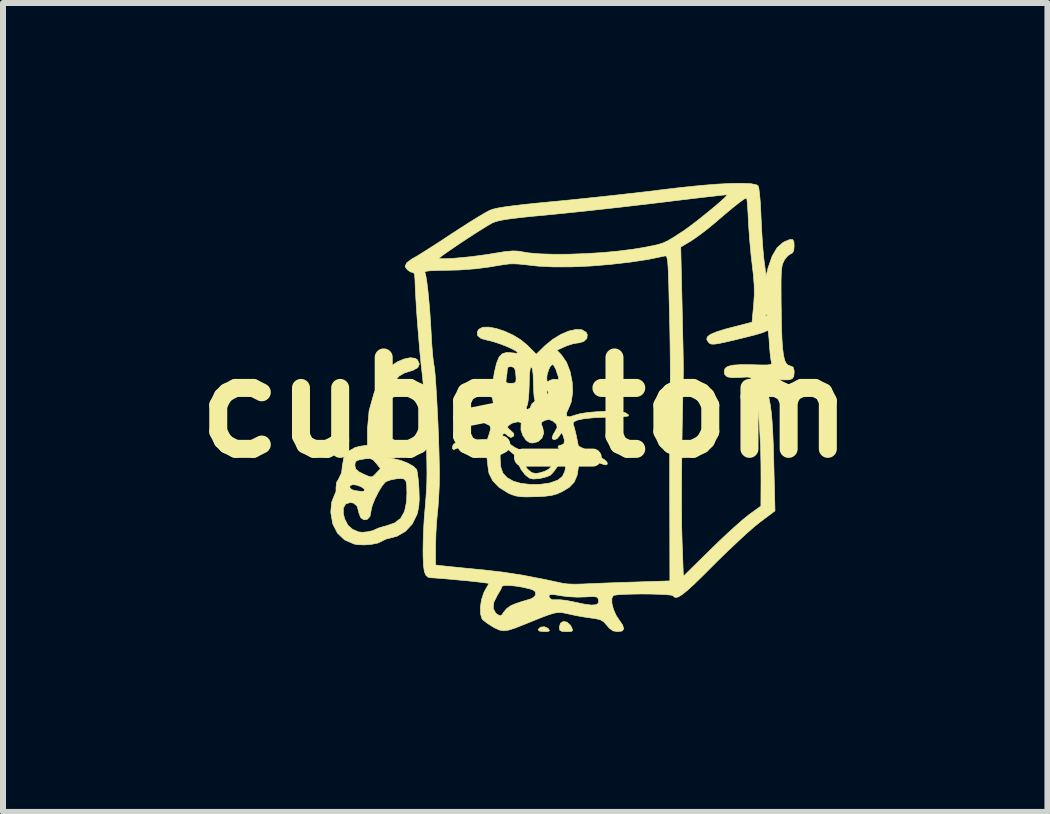
<source format=kicad_pcb>
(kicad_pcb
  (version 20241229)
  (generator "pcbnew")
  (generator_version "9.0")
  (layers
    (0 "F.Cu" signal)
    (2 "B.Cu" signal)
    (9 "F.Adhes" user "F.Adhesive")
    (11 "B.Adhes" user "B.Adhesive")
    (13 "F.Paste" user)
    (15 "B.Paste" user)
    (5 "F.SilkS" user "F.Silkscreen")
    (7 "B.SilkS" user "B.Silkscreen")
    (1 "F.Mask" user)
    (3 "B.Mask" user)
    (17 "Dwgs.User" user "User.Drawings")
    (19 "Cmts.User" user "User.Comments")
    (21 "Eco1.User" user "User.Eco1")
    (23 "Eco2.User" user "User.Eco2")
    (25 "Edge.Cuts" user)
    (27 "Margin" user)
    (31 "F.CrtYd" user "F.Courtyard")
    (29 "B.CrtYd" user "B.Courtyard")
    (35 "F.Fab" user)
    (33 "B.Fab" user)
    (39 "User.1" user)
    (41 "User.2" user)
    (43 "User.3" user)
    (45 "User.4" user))
  (footprint "cube_tom"
    (layer "F.Cu")
    (at 5.704 3.742)
    (property "Reference" "cube_tom" (at 0 0 0) (layer "F.SilkS") (effects (font (size 1.524 1.524) (thickness 0.3))))
    (attr through_hole)
    (fp_poly (pts (xy 0.377 3.679) (xy 0.387 3.689) (xy 0.405 3.719) (xy 0.383 3.732) (xy 0.315 3.735) (xy 0.238 3.727) (xy 0.215 3.703) (xy 0.216 3.698) (xy 0.255 3.661) (xy 0.318 3.654) (xy 0.377 3.679)) (stroke (width 0.01) (type solid)) (fill yes) (layer "F.SilkS"))
    (fp_poly (pts (xy 0.696 3.577) (xy 0.753 3.629) (xy 0.772 3.662) (xy 0.79 3.709) (xy 0.776 3.73) (xy 0.72 3.735) (xy 0.687 3.735) (xy 0.61 3.731) (xy 0.576 3.711) (xy 0.568 3.667) (xy 0.568 3.664) (xy 0.587 3.595) (xy 0.635 3.566) (xy 0.696 3.577)) (stroke (width 0.01) (type solid)) (fill yes) (layer "F.SilkS"))
    (fp_poly (pts (xy -1.832 -0.82) (xy -1.796 -0.795) (xy -1.765 -0.725) (xy -1.79 -0.665) (xy -1.869 -0.621) (xy -1.898 -0.612) (xy -2.018 -0.574) (xy -2.102 -0.524) (xy -2.17 -0.446) (xy -2.233 -0.338) (xy -2.338 -0.099) (xy -2.401 0.14) (xy -2.423 0.369) (xy -2.401 0.578) (xy -2.362 0.698) (xy -2.321 0.782) (xy -2.277 0.827) (xy -2.211 0.849) (xy -2.191 0.853) (xy -2.07 0.883) (xy -1.956 0.928) (xy -1.864 0.98) (xy -1.812 1.03) (xy -1.808 1.037) (xy -1.797 1.09) (xy -1.785 1.185) (xy -1.774 1.307) (xy -1.771 1.363) (xy -1.766 1.525) (xy -1.774 1.648) (xy -1.795 1.753) (xy -1.806 1.787) (xy -1.883 1.942) (xy -1.997 2.065) (xy -2.136 2.145) (xy -2.215 2.167) (xy -2.308 2.189) (xy -2.38 2.221) (xy -2.395 2.231) (xy -2.458 2.26) (xy -2.56 2.28) (xy -2.678 2.29) (xy -2.792 2.286) (xy -2.854 2.275) (xy -3.011 2.206) (xy -3.13 2.093) (xy -3.207 1.942) (xy -3.237 1.772) (xy -3.032 1.772) (xy -3.007 1.862) (xy -2.955 1.962) (xy -2.88 2.029) (xy -2.779 2.073) (xy -2.713 2.08) (xy -2.623 2.071) (xy -2.539 2.052) (xy -2.494 2.031) (xy -2.448 2.01) (xy -2.367 1.985) (xy -2.315 1.972) (xy -2.176 1.924) (xy -2.076 1.847) (xy -2.012 1.733) (xy -1.979 1.577) (xy -1.972 1.429) (xy -1.975 1.305) (xy -1.987 1.23) (xy -2.017 1.192) (xy -2.073 1.183) (xy -2.146 1.188) (xy -2.241 1.206) (xy -2.316 1.233) (xy -2.335 1.246) (xy -2.388 1.31) (xy -2.448 1.41) (xy -2.505 1.524) (xy -2.549 1.632) (xy -2.569 1.715) (xy -2.57 1.726) (xy -2.588 1.816) (xy -2.634 1.865) (xy -2.69 1.872) (xy -2.742 1.836) (xy -2.773 1.754) (xy -2.774 1.745) (xy -2.802 1.645) (xy -2.859 1.594) (xy -2.918 1.584) (xy -2.992 1.607) (xy -3.031 1.673) (xy -3.032 1.772) (xy -3.237 1.772) (xy -3.239 1.758) (xy -3.24 1.731) (xy -3.226 1.579) (xy -3.189 1.485) (xy -3.153 1.397) (xy -3.154 1.336) (xy -3.153 1.334) (xy -2.925 1.334) (xy -2.892 1.368) (xy -2.846 1.383) (xy -2.756 1.396) (xy -2.709 1.399) (xy -2.687 1.391) (xy -2.677 1.379) (xy -2.689 1.351) (xy -2.739 1.319) (xy -2.807 1.294) (xy -2.87 1.285) (xy -2.919 1.3) (xy -2.925 1.334) (xy -3.153 1.334) (xy -3.145 1.25) (xy -3.109 1.189) (xy -3.06 1.086) (xy -3.048 0.972) (xy -2.839 0.972) (xy -2.824 1.026) (xy -2.773 1.071) (xy -2.712 1.102) (xy -2.624 1.142) (xy -2.573 1.157) (xy -2.538 1.148) (xy -2.5 1.112) (xy -2.482 1.092) (xy -2.413 1.019) (xy -2.484 0.929) (xy -2.537 0.87) (xy -2.59 0.85) (xy -2.672 0.855) (xy -2.674 0.856) (xy -2.768 0.872) (xy -2.818 0.893) (xy -2.836 0.927) (xy -2.839 0.972) (xy -3.048 0.972) (xy -3.048 0.972) (xy -3.023 0.834) (xy -2.949 0.731) (xy -2.831 0.665) (xy -2.756 0.647) (xy -2.63 0.627) (xy -2.63 0.364) (xy -2.602 0.053) (xy -2.52 -0.24) (xy -2.386 -0.508) (xy -2.32 -0.606) (xy -2.237 -0.691) (xy -2.133 -0.76) (xy -2.021 -0.808) (xy -1.916 -0.83) (xy -1.832 -0.82)) (stroke (width 0.01) (type solid)) (fill yes) (layer "F.SilkS"))
    (fp_poly (pts (xy -0.483 -1.317) (xy -0.343 -1.271) (xy -0.202 -1.206) (xy -0.071 -1.126) (xy 0.037 -1.036) (xy 0.039 -1.034) (xy 0.184 -0.888) (xy 0.323 -1.024) (xy 0.454 -1.133) (xy 0.591 -1.217) (xy 0.724 -1.274) (xy 0.845 -1.301) (xy 0.944 -1.296) (xy 1.012 -1.256) (xy 1.034 -1.217) (xy 1.028 -1.151) (xy 0.975 -1.1) (xy 0.887 -1.076) (xy 0.868 -1.075) (xy 0.795 -1.062) (xy 0.699 -1.031) (xy 0.66 -1.015) (xy 0.528 -0.955) (xy 0.607 -0.873) (xy 0.689 -0.752) (xy 0.749 -0.595) (xy 0.783 -0.421) (xy 0.79 -0.247) (xy 0.766 -0.09) (xy 0.727 0.005) (xy 0.687 0.094) (xy 0.693 0.144) (xy 0.743 0.155) (xy 0.832 0.127) (xy 0.916 0.103) (xy 1.038 0.084) (xy 1.182 0.071) (xy 1.332 0.063) (xy 1.473 0.063) (xy 1.588 0.07) (xy 1.663 0.085) (xy 1.671 0.088) (xy 1.716 0.12) (xy 1.722 0.14) (xy 1.688 0.147) (xy 1.606 0.153) (xy 1.488 0.159) (xy 1.347 0.162) (xy 1.339 0.162) (xy 1.135 0.171) (xy 0.975 0.188) (xy 0.863 0.212) (xy 0.803 0.243) (xy 0.799 0.279) (xy 0.816 0.326) (xy 0.838 0.411) (xy 0.853 0.478) (xy 0.886 0.642) (xy 1.102 0.751) (xy 1.233 0.818) (xy 1.316 0.867) (xy 1.359 0.904) (xy 1.369 0.934) (xy 1.362 0.952) (xy 1.326 0.956) (xy 1.247 0.928) (xy 1.154 0.88) (xy 1.058 0.829) (xy 0.98 0.792) (xy 0.937 0.777) (xy 0.935 0.777) (xy 0.918 0.804) (xy 0.901 0.876) (xy 0.889 0.975) (xy 0.865 1.13) (xy 0.817 1.243) (xy 0.734 1.33) (xy 0.611 1.404) (xy 0.527 1.441) (xy 0.439 1.465) (xy 0.331 1.479) (xy 0.183 1.487) (xy 0.164 1.487) (xy 0.02 1.49) (xy -0.082 1.486) (xy -0.161 1.473) (xy -0.233 1.449) (xy -0.285 1.425) (xy -0.433 1.333) (xy -0.542 1.221) (xy -0.603 1.099) (xy -0.61 1.067) (xy -0.62 0.993) (xy -0.632 0.885) (xy -0.637 0.843) (xy -0.418 0.843) (xy -0.408 0.99) (xy -0.372 1.094) (xy -0.301 1.17) (xy -0.198 1.228) (xy -0.074 1.264) (xy 0.083 1.282) (xy 0.249 1.281) (xy 0.4 1.26) (xy 0.423 1.254) (xy 0.544 1.21) (xy 0.62 1.149) (xy 0.662 1.058) (xy 0.681 0.923) (xy 0.681 0.918) (xy 0.687 0.813) (xy 0.683 0.753) (xy 0.667 0.725) (xy 0.634 0.714) (xy 0.626 0.712) (xy 0.568 0.691) (xy 0.545 0.659) (xy 0.562 0.633) (xy 0.595 0.628) (xy 0.645 0.606) (xy 0.653 0.543) (xy 0.63 0.464) (xy 0.611 0.424) (xy 0.593 0.434) (xy 0.571 0.471) (xy 0.53 0.519) (xy 0.484 0.538) (xy 0.453 0.522) (xy 0.449 0.501) (xy 0.467 0.449) (xy 0.494 0.405) (xy 0.533 0.331) (xy 0.519 0.274) (xy 0.466 0.229) (xy 0.398 0.199) (xy 0.332 0.212) (xy 0.322 0.216) (xy 0.274 0.245) (xy 0.268 0.28) (xy 0.291 0.333) (xy 0.309 0.426) (xy 0.279 0.509) (xy 0.214 0.569) (xy 0.124 0.592) (xy 0.075 0.586) (xy 0.013 0.544) (xy -0.04 0.465) (xy -0.071 0.375) (xy -0.07 0.305) (xy -0.067 0.255) (xy -0.106 0.24) (xy -0.125 0.239) (xy -0.208 0.257) (xy -0.256 0.284) (xy -0.293 0.317) (xy -0.289 0.343) (xy -0.241 0.385) (xy -0.239 0.386) (xy -0.191 0.433) (xy -0.19 0.468) (xy -0.201 0.482) (xy -0.239 0.501) (xy -0.286 0.474) (xy -0.296 0.466) (xy -0.34 0.431) (xy -0.366 0.44) (xy -0.386 0.474) (xy -0.413 0.532) (xy -0.402 0.561) (xy -0.344 0.579) (xy -0.331 0.582) (xy -0.256 0.61) (xy -0.209 0.643) (xy -0.162 0.673) (xy -0.074 0.712) (xy 0.04 0.753) (xy 0.164 0.791) (xy 0.281 0.82) (xy 0.289 0.822) (xy 0.386 0.826) (xy 0.488 0.812) (xy 0.491 0.811) (xy 0.564 0.798) (xy 0.609 0.804) (xy 0.613 0.807) (xy 0.608 0.847) (xy 0.576 0.916) (xy 0.527 0.997) (xy 0.473 1.072) (xy 0.423 1.125) (xy 0.413 1.132) (xy 0.349 1.157) (xy 0.257 1.18) (xy 0.222 1.185) (xy 0.132 1.192) (xy 0.071 1.177) (xy 0.01 1.13) (xy -0.003 1.118) (xy -0.071 1.03) (xy -0.119 0.926) (xy -0.123 0.912) (xy -0.134 0.889) (xy -0.031 0.889) (xy -0.014 0.948) (xy 0.027 1.014) (xy 0.046 1.035) (xy 0.109 1.086) (xy 0.174 1.099) (xy 0.233 1.091) (xy 0.322 1.065) (xy 0.391 1.028) (xy 0.396 1.024) (xy 0.437 0.98) (xy 0.448 0.958) (xy 0.421 0.944) (xy 0.351 0.924) (xy 0.258 0.904) (xy 0.151 0.882) (xy 0.063 0.862) (xy 0.019 0.849) (xy -0.02 0.851) (xy -0.031 0.889) (xy -0.134 0.889) (xy -0.181 0.787) (xy -0.284 0.702) (xy -0.351 0.675) (xy -0.388 0.667) (xy -0.408 0.679) (xy -0.416 0.725) (xy -0.418 0.816) (xy -0.418 0.843) (xy -0.637 0.843) (xy -0.645 0.768) (xy -0.654 0.668) (xy -0.657 0.631) (xy -0.684 0.623) (xy -0.754 0.624) (xy -0.849 0.631) (xy -0.953 0.643) (xy -1.049 0.657) (xy -1.12 0.673) (xy -1.147 0.684) (xy -1.192 0.702) (xy -1.215 0.68) (xy -1.207 0.635) (xy -1.185 0.604) (xy -1.131 0.576) (xy -1.031 0.556) (xy -0.884 0.544) (xy -0.63 0.531) (xy -0.595 0.426) (xy -0.576 0.351) (xy -0.585 0.311) (xy -0.602 0.295) (xy -0.673 0.26) (xy -0.773 0.219) (xy -0.882 0.183) (xy -0.976 0.157) (xy -1.027 0.149) (xy -1.1 0.138) (xy -1.121 0.105) (xy -1.104 0.073) (xy -1.057 0.058) (xy -0.971 0.065) (xy -0.859 0.091) (xy -0.736 0.132) (xy -0.619 0.184) (xy -0.545 0.219) (xy -0.504 0.226) (xy -0.477 0.207) (xy -0.463 0.19) (xy -0.441 0.142) (xy -0.459 0.094) (xy -0.478 0.069) (xy -0.503 0.015) (xy 0.013 0.015) (xy 0.035 0.03) (xy 0.044 0.03) (xy 0.084 0.006) (xy 0.09 -0.016) (xy 0.114 -0.066) (xy 0.134 -0.079) (xy 0.163 -0.11) (xy 0.159 -0.129) (xy 0.149 -0.172) (xy 0.142 -0.256) (xy 0.361 -0.256) (xy 0.366 -0.218) (xy 0.377 -0.217) (xy 0.384 -0.257) (xy 0.379 -0.275) (xy 0.366 -0.286) (xy 0.361 -0.256) (xy 0.142 -0.256) (xy 0.142 -0.259) (xy 0.137 -0.373) (xy 0.136 -0.414) (xy 0.134 -0.488) (xy 0.359 -0.488) (xy 0.364 -0.436) (xy 0.386 -0.435) (xy 0.403 -0.448) (xy 0.467 -0.472) (xy 0.509 -0.469) (xy 0.553 -0.466) (xy 0.555 -0.499) (xy 0.55 -0.518) (xy 0.511 -0.634) (xy 0.479 -0.698) (xy 0.454 -0.717) (xy 0.421 -0.691) (xy 0.389 -0.627) (xy 0.365 -0.547) (xy 0.359 -0.488) (xy 0.134 -0.488) (xy 0.132 -0.544) (xy 0.121 -0.635) (xy 0.105 -0.677) (xy 0.102 -0.678) (xy 0.085 -0.655) (xy 0.073 -0.573) (xy 0.067 -0.431) (xy 0.067 -0.391) (xy 0.062 -0.257) (xy 0.053 -0.141) (xy 0.04 -0.058) (xy 0.031 -0.032) (xy 0.013 0.015) (xy -0.503 0.015) (xy -0.527 -0.037) (xy -0.55 -0.189) (xy -0.544 -0.38) (xy -0.537 -0.43) (xy -0.322 -0.43) (xy -0.298 -0.407) (xy -0.24 -0.403) (xy -0.183 -0.407) (xy -0.157 -0.427) (xy -0.152 -0.48) (xy -0.156 -0.538) (xy -0.166 -0.623) (xy -0.188 -0.666) (xy -0.23 -0.682) (xy -0.232 -0.682) (xy -0.285 -0.676) (xy -0.299 -0.633) (xy -0.305 -0.56) (xy -0.316 -0.489) (xy -0.322 -0.43) (xy -0.537 -0.43) (xy -0.515 -0.582) (xy -0.478 -0.737) (xy -0.436 -0.84) (xy -0.381 -0.897) (xy -0.307 -0.918) (xy -0.217 -0.911) (xy -0.151 -0.904) (xy -0.12 -0.91) (xy -0.12 -0.911) (xy -0.146 -0.937) (xy -0.214 -0.975) (xy -0.309 -1.018) (xy -0.418 -1.06) (xy -0.523 -1.095) (xy -0.611 -1.118) (xy -0.629 -1.121) (xy -0.736 -1.15) (xy -0.794 -1.198) (xy -0.799 -1.26) (xy -0.773 -1.304) (xy -0.709 -1.338) (xy -0.609 -1.34) (xy -0.483 -1.317)) (stroke (width 0.01) (type solid)) (fill yes) (layer "F.SilkS"))
    (fp_poly (pts (xy 3.764 -3.73) (xy 3.853 -3.712) (xy 3.88 -3.696) (xy 3.894 -3.652) (xy 3.906 -3.557) (xy 3.918 -3.421) (xy 3.927 -3.253) (xy 3.93 -3.18) (xy 3.939 -2.992) (xy 3.95 -2.802) (xy 3.963 -2.628) (xy 3.976 -2.488) (xy 3.981 -2.45) (xy 4.014 -2.196) (xy 4.049 -2.331) (xy 4.115 -2.521) (xy 4.198 -2.663) (xy 4.297 -2.751) (xy 4.314 -2.76) (xy 4.405 -2.798) (xy 4.456 -2.801) (xy 4.478 -2.763) (xy 4.482 -2.693) (xy 4.475 -2.611) (xy 4.447 -2.571) (xy 4.425 -2.562) (xy 4.374 -2.527) (xy 4.321 -2.461) (xy 4.313 -2.446) (xy 4.296 -2.409) (xy 4.282 -2.366) (xy 4.273 -2.307) (xy 4.267 -2.226) (xy 4.264 -2.113) (xy 4.264 -1.962) (xy 4.265 -1.763) (xy 4.267 -1.637) (xy 4.271 -1.372) (xy 4.278 -1.16) (xy 4.289 -0.996) (xy 4.304 -0.874) (xy 4.324 -0.789) (xy 4.35 -0.734) (xy 4.384 -0.703) (xy 4.418 -0.693) (xy 4.464 -0.673) (xy 4.481 -0.619) (xy 4.482 -0.584) (xy 4.476 -0.518) (xy 4.449 -0.479) (xy 4.391 -0.461) (xy 4.291 -0.461) (xy 4.199 -0.469) (xy 4.099 -0.474) (xy 4.029 -0.471) (xy 4.005 -0.46) (xy 4.011 -0.421) (xy 4.026 -0.337) (xy 4.049 -0.224) (xy 4.064 -0.149) (xy 4.085 -0.039) (xy 4.101 0.083) (xy 4.114 0.225) (xy 4.125 0.399) (xy 4.134 0.611) (xy 4.142 0.873) (xy 4.143 0.929) (xy 4.163 1.723) (xy 3.912 1.911) (xy 3.818 1.987) (xy 3.692 2.097) (xy 3.545 2.233) (xy 3.384 2.385) (xy 3.22 2.544) (xy 3.131 2.633) (xy 2.952 2.812) (xy 2.81 2.95) (xy 2.699 3.051) (xy 2.615 3.118) (xy 2.553 3.156) (xy 2.509 3.167) (xy 2.479 3.155) (xy 2.465 3.138) (xy 2.43 3.127) (xy 2.348 3.119) (xy 2.23 3.113) (xy 2.09 3.109) (xy 1.94 3.108) (xy 1.792 3.11) (xy 1.658 3.114) (xy 1.551 3.12) (xy 1.483 3.129) (xy 1.468 3.134) (xy 1.443 3.183) (xy 1.445 3.265) (xy 1.471 3.366) (xy 1.516 3.467) (xy 1.558 3.53) (xy 1.624 3.627) (xy 1.642 3.691) (xy 1.612 3.726) (xy 1.542 3.735) (xy 1.464 3.723) (xy 1.4 3.677) (xy 1.363 3.633) (xy 1.309 3.572) (xy 1.251 3.537) (xy 1.166 3.518) (xy 1.113 3.511) (xy 0.988 3.493) (xy 0.842 3.467) (xy 0.74 3.445) (xy 0.667 3.429) (xy 0.607 3.418) (xy 0.55 3.417) (xy 0.487 3.426) (xy 0.408 3.449) (xy 0.303 3.487) (xy 0.162 3.543) (xy -0.025 3.619) (xy -0.03 3.621) (xy -0.175 3.678) (xy -0.281 3.711) (xy -0.361 3.721) (xy -0.431 3.709) (xy -0.503 3.676) (xy -0.549 3.65) (xy -0.634 3.595) (xy -0.698 3.546) (xy -0.72 3.522) (xy -0.745 3.44) (xy -0.746 3.347) (xy -0.534 3.347) (xy -0.494 3.425) (xy -0.471 3.444) (xy -0.419 3.472) (xy -0.388 3.456) (xy -0.365 3.419) (xy -0.311 3.354) (xy -0.239 3.302) (xy -0.157 3.268) (xy -0.049 3.232) (xy 0.007 3.216) (xy 0.106 3.185) (xy 0.155 3.152) (xy 0.397 3.152) (xy 0.404 3.173) (xy 0.446 3.204) (xy 0.509 3.204) (xy 0.583 3.204) (xy 0.691 3.217) (xy 0.799 3.238) (xy 0.977 3.276) (xy 1.103 3.293) (xy 1.183 3.287) (xy 1.221 3.259) (xy 1.223 3.208) (xy 1.214 3.182) (xy 1.191 3.159) (xy 1.137 3.15) (xy 1.039 3.155) (xy 1.007 3.157) (xy 0.869 3.161) (xy 0.714 3.153) (xy 0.614 3.14) (xy 0.497 3.121) (xy 0.429 3.116) (xy 0.399 3.126) (xy 0.397 3.152) (xy 0.155 3.152) (xy 0.157 3.151) (xy 0.174 3.114) (xy 0.168 3.069) (xy 0.125 3.039) (xy 0.069 3.021) (xy -0.049 2.994) (xy -0.168 2.975) (xy -0.274 2.966) (xy -0.351 2.967) (xy -0.387 2.979) (xy -0.388 2.983) (xy -0.404 3.026) (xy -0.444 3.095) (xy -0.463 3.126) (xy -0.523 3.245) (xy -0.534 3.347) (xy -0.746 3.347) (xy -0.747 3.326) (xy -0.728 3.201) (xy -0.69 3.087) (xy -0.675 3.057) (xy -0.603 2.931) (xy -0.727 2.915) (xy -0.81 2.905) (xy -0.929 2.892) (xy -1.069 2.879) (xy -1.216 2.865) (xy -1.354 2.853) (xy -1.468 2.844) (xy -1.544 2.839) (xy -1.559 2.839) (xy -1.615 2.83) (xy -1.655 2.798) (xy -1.681 2.735) (xy -1.696 2.633) (xy -1.702 2.483) (xy -1.703 2.381) (xy -1.7 2.205) (xy -1.693 2.018) (xy -1.683 1.846) (xy -1.675 1.748) (xy -1.661 1.591) (xy -1.649 1.422) (xy -1.641 1.274) (xy -1.64 1.255) (xy -1.638 1.094) (xy -1.64 0.891) (xy -1.646 0.658) (xy -1.655 0.41) (xy -1.666 0.159) (xy -1.679 -0.081) (xy -1.693 -0.298) (xy -1.708 -0.479) (xy -1.72 -0.583) (xy -1.736 -0.725) (xy -1.754 -0.908) (xy -1.772 -1.117) (xy -1.79 -1.339) (xy -1.807 -1.561) (xy -1.82 -1.768) (xy -1.831 -1.948) (xy -1.836 -2.087) (xy -1.837 -2.125) (xy -1.844 -2.215) (xy -1.863 -2.251) (xy -1.871 -2.251) (xy -1.896 -2.256) (xy -1.674 -2.256) (xy -1.659 -2.211) (xy -1.643 -2.115) (xy -1.625 -1.977) (xy -1.608 -1.806) (xy -1.591 -1.611) (xy -1.577 -1.401) (xy -1.566 -1.21) (xy -1.557 -1.052) (xy -1.545 -0.904) (xy -1.533 -0.783) (xy -1.521 -0.704) (xy -1.52 -0.702) (xy -1.51 -0.634) (xy -1.499 -0.515) (xy -1.488 -0.356) (xy -1.476 -0.165) (xy -1.465 0.046) (xy -1.454 0.27) (xy -1.445 0.495) (xy -1.438 0.714) (xy -1.433 0.915) (xy -1.43 1.09) (xy -1.43 1.136) (xy -1.433 1.309) (xy -1.442 1.496) (xy -1.454 1.667) (xy -1.462 1.748) (xy -1.477 1.906) (xy -1.488 2.091) (xy -1.493 2.27) (xy -1.494 2.321) (xy -1.494 2.625) (xy -1.337 2.643) (xy -1.252 2.652) (xy -1.122 2.665) (xy -0.963 2.681) (xy -0.788 2.698) (xy -0.702 2.706) (xy -0.373 2.744) (xy -0.03 2.797) (xy 0.341 2.869) (xy 0.628 2.931) (xy 0.71 2.941) (xy 0.827 2.945) (xy 0.954 2.942) (xy 0.956 2.942) (xy 1.057 2.937) (xy 1.204 2.931) (xy 1.383 2.924) (xy 1.581 2.917) (xy 1.784 2.91) (xy 1.796 2.91) (xy 2.411 2.89) (xy 2.408 1.378) (xy 2.408 1.073) (xy 2.408 0.778) (xy 2.409 0.501) (xy 2.409 0.248) (xy 2.411 0.026) (xy 2.412 -0.157) (xy 2.414 -0.296) (xy 2.416 -0.382) (xy 2.416 -0.388) (xy 2.418 -0.483) (xy 2.418 -0.627) (xy 2.417 -0.811) (xy 2.415 -1.025) (xy 2.411 -1.26) (xy 2.406 -1.505) (xy 2.404 -1.591) (xy 2.397 -1.853) (xy 2.392 -2.062) (xy 2.387 -2.223) (xy 2.381 -2.343) (xy 2.375 -2.427) (xy 2.367 -2.481) (xy 2.358 -2.512) (xy 2.346 -2.525) (xy 2.331 -2.526) (xy 2.319 -2.524) (xy 2.049 -2.468) (xy 1.744 -2.422) (xy 1.42 -2.385) (xy 1.09 -2.358) (xy 0.77 -2.344) (xy 0.474 -2.343) (xy 0.217 -2.356) (xy 0.154 -2.363) (xy 0.002 -2.38) (xy -0.107 -2.391) (xy -0.191 -2.395) (xy -0.268 -2.393) (xy -0.355 -2.382) (xy -0.469 -2.364) (xy -0.583 -2.344) (xy -0.828 -2.312) (xy -1.1 -2.292) (xy -1.305 -2.287) (xy -1.482 -2.284) (xy -1.602 -2.278) (xy -1.666 -2.267) (xy -1.674 -2.256) (xy -1.896 -2.256) (xy -1.914 -2.26) (xy -1.965 -2.297) (xy -1.999 -2.342) (xy -2.002 -2.355) (xy -1.973 -2.414) (xy -1.887 -2.477) (xy -1.866 -2.488) (xy -1.434 -2.488) (xy -1.407 -2.48) (xy -1.331 -2.48) (xy -1.218 -2.485) (xy -1.078 -2.497) (xy -0.924 -2.512) (xy -0.765 -2.532) (xy -0.613 -2.553) (xy -0.522 -2.569) (xy -0.34 -2.598) (xy -0.206 -2.61) (xy -0.113 -2.606) (xy -0.09 -2.602) (xy 0.054 -2.577) (xy 0.246 -2.561) (xy 0.476 -2.554) (xy 0.731 -2.555) (xy 1 -2.565) (xy 1.274 -2.581) (xy 1.541 -2.606) (xy 1.79 -2.637) (xy 1.933 -2.66) (xy 2.011 -2.674) (xy 2.592 -2.674) (xy 2.615 -1.688) (xy 2.62 -1.447) (xy 2.625 -1.222) (xy 2.63 -1.021) (xy 2.633 -0.851) (xy 2.635 -0.72) (xy 2.636 -0.637) (xy 2.636 -0.613) (xy 2.626 -0.157) (xy 2.617 0.282) (xy 2.611 0.696) (xy 2.607 1.081) (xy 2.605 1.431) (xy 2.606 1.739) (xy 2.608 1.999) (xy 2.614 2.206) (xy 2.614 2.221) (xy 2.636 2.813) (xy 3.089 2.368) (xy 3.237 2.224) (xy 3.385 2.085) (xy 3.523 1.96) (xy 3.64 1.858) (xy 3.726 1.789) (xy 3.734 1.783) (xy 3.928 1.643) (xy 3.93 1.232) (xy 3.929 0.95) (xy 3.923 0.677) (xy 3.911 0.422) (xy 3.895 0.195) (xy 3.876 0.006) (xy 3.853 -0.135) (xy 3.846 -0.164) (xy 3.818 -0.276) (xy 3.794 -0.378) (xy 3.782 -0.43) (xy 3.769 -0.476) (xy 3.747 -0.501) (xy 3.701 -0.508) (xy 3.616 -0.504) (xy 3.572 -0.501) (xy 3.444 -0.497) (xy 3.365 -0.512) (xy 3.326 -0.55) (xy 3.317 -0.603) (xy 3.331 -0.652) (xy 3.378 -0.686) (xy 3.463 -0.706) (xy 3.595 -0.715) (xy 3.779 -0.713) (xy 3.784 -0.713) (xy 3.932 -0.709) (xy 4.029 -0.709) (xy 4.084 -0.715) (xy 4.106 -0.727) (xy 4.106 -0.746) (xy 4.105 -0.747) (xy 4.095 -0.796) (xy 4.083 -0.888) (xy 4.073 -1.005) (xy 4.071 -1.038) (xy 4.063 -1.151) (xy 4.055 -1.237) (xy 4.047 -1.282) (xy 4.045 -1.285) (xy 4.012 -1.273) (xy 3.981 -1.258) (xy 3.934 -1.241) (xy 3.841 -1.214) (xy 3.715 -1.181) (xy 3.566 -1.144) (xy 3.518 -1.132) (xy 3.354 -1.094) (xy 3.239 -1.069) (xy 3.161 -1.057) (xy 3.111 -1.056) (xy 3.08 -1.065) (xy 3.059 -1.082) (xy 3.026 -1.131) (xy 3.033 -1.175) (xy 3.084 -1.217) (xy 3.185 -1.26) (xy 3.338 -1.308) (xy 3.427 -1.331) (xy 3.78 -1.422) (xy 3.791 -1.539) (xy 4.004 -1.539) (xy 4.019 -1.524) (xy 4.034 -1.539) (xy 4.019 -1.554) (xy 4.004 -1.539) (xy 3.791 -1.539) (xy 3.807 -1.705) (xy 3.818 -1.873) (xy 3.816 -2.039) (xy 3.801 -2.225) (xy 3.785 -2.361) (xy 3.763 -2.554) (xy 3.743 -2.773) (xy 3.727 -2.987) (xy 3.72 -3.106) (xy 3.713 -3.249) (xy 3.705 -3.368) (xy 3.697 -3.453) (xy 3.691 -3.49) (xy 3.691 -3.491) (xy 3.66 -3.481) (xy 3.587 -3.431) (xy 3.475 -3.343) (xy 3.326 -3.219) (xy 3.177 -3.091) (xy 3.054 -2.989) (xy 2.926 -2.89) (xy 2.812 -2.809) (xy 2.762 -2.776) (xy 2.592 -2.674) (xy 2.011 -2.674) (xy 2.088 -2.689) (xy 2.201 -2.713) (xy 2.29 -2.74) (xy 2.372 -2.777) (xy 2.464 -2.831) (xy 2.583 -2.908) (xy 2.637 -2.943) (xy 2.721 -3.003) (xy 2.826 -3.082) (xy 2.941 -3.172) (xy 3.058 -3.267) (xy 3.168 -3.358) (xy 3.262 -3.439) (xy 3.331 -3.502) (xy 3.365 -3.54) (xy 3.367 -3.546) (xy 3.336 -3.544) (xy 3.254 -3.536) (xy 3.125 -3.521) (xy 2.956 -3.502) (xy 2.755 -3.478) (xy 2.529 -3.451) (xy 2.285 -3.421) (xy 1.99 -3.386) (xy 1.672 -3.349) (xy 1.345 -3.312) (xy 1.026 -3.277) (xy 0.73 -3.246) (xy 0.472 -3.22) (xy 0.388 -3.212) (xy 0.133 -3.188) (xy -0.07 -3.167) (xy -0.228 -3.148) (xy -0.348 -3.131) (xy -0.437 -3.113) (xy -0.501 -3.095) (xy -0.549 -3.076) (xy -0.553 -3.074) (xy -0.621 -3.035) (xy -0.718 -2.975) (xy -0.837 -2.9) (xy -0.966 -2.816) (xy -1.096 -2.73) (xy -1.217 -2.648) (xy -1.32 -2.577) (xy -1.395 -2.523) (xy -1.432 -2.492) (xy -1.434 -2.488) (xy -1.866 -2.488) (xy -1.854 -2.495) (xy -1.798 -2.527) (xy -1.702 -2.587) (xy -1.574 -2.668) (xy -1.425 -2.764) (xy -1.264 -2.87) (xy -1.237 -2.888) (xy -1.072 -2.995) (xy -0.916 -3.095) (xy -0.778 -3.18) (xy -0.668 -3.245) (xy -0.596 -3.284) (xy -0.59 -3.287) (xy -0.536 -3.306) (xy -0.46 -3.324) (xy -0.354 -3.342) (xy -0.212 -3.361) (xy -0.029 -3.383) (xy 0.201 -3.407) (xy 0.484 -3.434) (xy 0.496 -3.435) (xy 0.783 -3.463) (xy 1.101 -3.496) (xy 1.43 -3.531) (xy 1.752 -3.567) (xy 2.049 -3.601) (xy 2.281 -3.63) (xy 2.621 -3.67) (xy 2.929 -3.701) (xy 3.202 -3.723) (xy 3.434 -3.735) (xy 3.623 -3.737) (xy 3.764 -3.73)) (stroke (width 0.01) (type solid)) (fill yes) (layer "F.SilkS")))
  (gr_rect
    (start -3 -3)
    (end 14.408 10.483)
    (stroke (width 0.1) (type default))
    (fill no)
    (layer "Edge.Cuts")))
</source>
